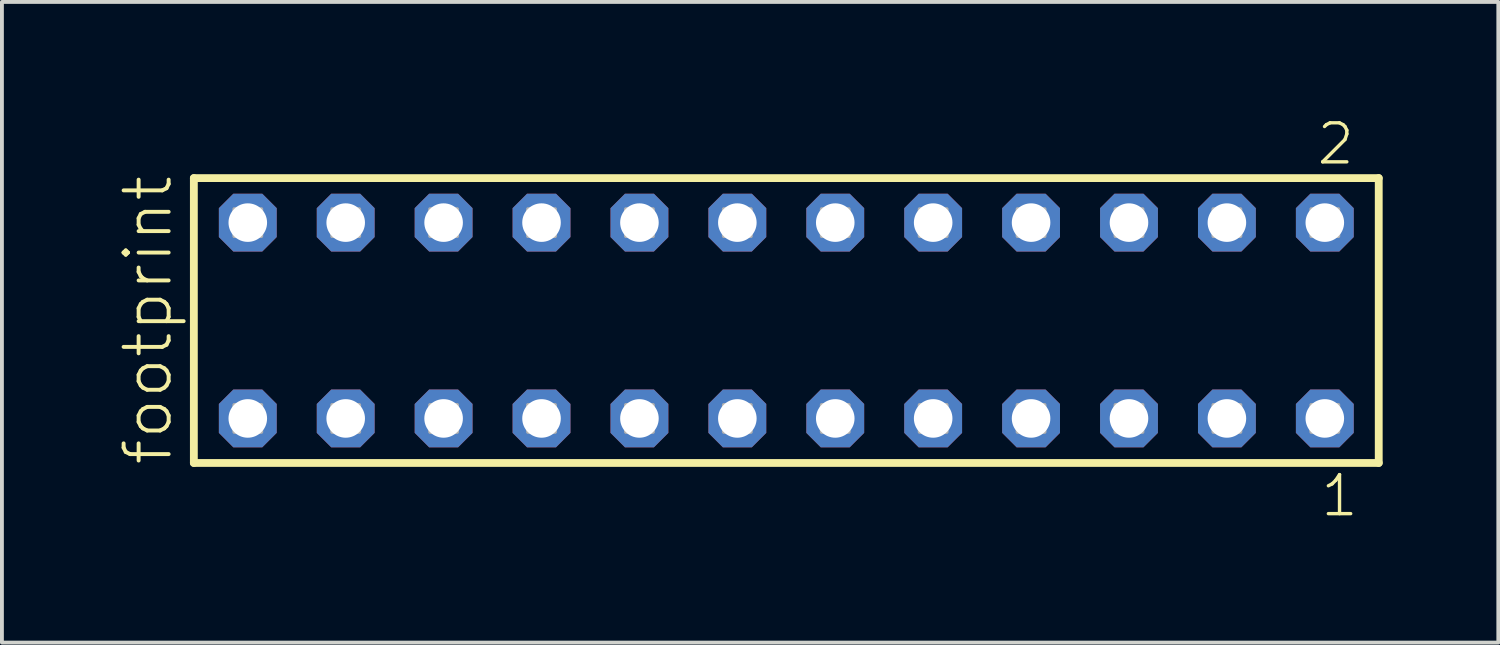
<source format=kicad_pcb>
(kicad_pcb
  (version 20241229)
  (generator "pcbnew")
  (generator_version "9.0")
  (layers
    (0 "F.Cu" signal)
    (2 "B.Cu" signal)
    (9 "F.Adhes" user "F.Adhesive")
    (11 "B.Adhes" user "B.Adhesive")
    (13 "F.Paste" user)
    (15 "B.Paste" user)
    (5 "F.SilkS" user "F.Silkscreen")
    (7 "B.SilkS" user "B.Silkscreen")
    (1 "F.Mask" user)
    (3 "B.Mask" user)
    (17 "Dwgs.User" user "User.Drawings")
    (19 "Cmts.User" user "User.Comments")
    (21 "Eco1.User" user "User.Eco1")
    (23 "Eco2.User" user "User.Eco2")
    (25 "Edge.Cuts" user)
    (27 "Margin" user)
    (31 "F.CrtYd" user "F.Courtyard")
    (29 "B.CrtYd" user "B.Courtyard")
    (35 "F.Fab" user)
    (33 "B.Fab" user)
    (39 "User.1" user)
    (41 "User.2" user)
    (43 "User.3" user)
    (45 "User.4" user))
  (footprint "footprint"
    (layer "F.Cu")
    (at 17.348 5.265)
    (property "Reference" "footprint" (at -15.875 3.81 90) (layer "F.SilkS") (effects (font (size 1.168 1.168) (thickness 0.102)) (justify left bottom)))
    (fp_line (start -15.369 -3.695) (end 15.369 -3.695) (stroke (width 0.203) (type solid)) (layer "F.SilkS"))
    (fp_line (start -15.369 3.695) (end -15.369 -3.695) (stroke (width 0.203) (type solid)) (layer "F.SilkS"))
    (fp_line (start 15.369 -3.695) (end 15.369 3.695) (stroke (width 0.203) (type solid)) (layer "F.SilkS"))
    (fp_line (start 15.369 3.695) (end -15.369 3.695) (stroke (width 0.203) (type solid)) (layer "F.SilkS"))
    (fp_poly (pts (xy -14.32 -2.19) (xy -13.62 -2.19) (xy -13.62 -2.89) (xy -14.32 -2.89)) (stroke (width 0.1) (type solid)) (fill no) (layer "F.Fab"))
    (fp_poly (pts (xy -14.32 2.89) (xy -13.62 2.89) (xy -13.62 2.19) (xy -14.32 2.19)) (stroke (width 0.1) (type solid)) (fill no) (layer "F.Fab"))
    (fp_poly (pts (xy -11.78 -2.19) (xy -11.08 -2.19) (xy -11.08 -2.89) (xy -11.78 -2.89)) (stroke (width 0.1) (type solid)) (fill no) (layer "F.Fab"))
    (fp_poly (pts (xy -11.78 2.89) (xy -11.08 2.89) (xy -11.08 2.19) (xy -11.78 2.19)) (stroke (width 0.1) (type solid)) (fill no) (layer "F.Fab"))
    (fp_poly (pts (xy -9.24 -2.19) (xy -8.54 -2.19) (xy -8.54 -2.89) (xy -9.24 -2.89)) (stroke (width 0.1) (type solid)) (fill no) (layer "F.Fab"))
    (fp_poly (pts (xy -9.24 2.89) (xy -8.54 2.89) (xy -8.54 2.19) (xy -9.24 2.19)) (stroke (width 0.1) (type solid)) (fill no) (layer "F.Fab"))
    (fp_poly (pts (xy -6.7 -2.19) (xy -6 -2.19) (xy -6 -2.89) (xy -6.7 -2.89)) (stroke (width 0.1) (type solid)) (fill no) (layer "F.Fab"))
    (fp_poly (pts (xy -6.7 2.89) (xy -6 2.89) (xy -6 2.19) (xy -6.7 2.19)) (stroke (width 0.1) (type solid)) (fill no) (layer "F.Fab"))
    (fp_poly (pts (xy -4.16 -2.19) (xy -3.46 -2.19) (xy -3.46 -2.89) (xy -4.16 -2.89)) (stroke (width 0.1) (type solid)) (fill no) (layer "F.Fab"))
    (fp_poly (pts (xy -4.16 2.89) (xy -3.46 2.89) (xy -3.46 2.19) (xy -4.16 2.19)) (stroke (width 0.1) (type solid)) (fill no) (layer "F.Fab"))
    (fp_poly (pts (xy -1.62 -2.19) (xy -0.92 -2.19) (xy -0.92 -2.89) (xy -1.62 -2.89)) (stroke (width 0.1) (type solid)) (fill no) (layer "F.Fab"))
    (fp_poly (pts (xy -1.62 2.89) (xy -0.92 2.89) (xy -0.92 2.19) (xy -1.62 2.19)) (stroke (width 0.1) (type solid)) (fill no) (layer "F.Fab"))
    (fp_poly (pts (xy 0.92 -2.19) (xy 1.62 -2.19) (xy 1.62 -2.89) (xy 0.92 -2.89)) (stroke (width 0.1) (type solid)) (fill no) (layer "F.Fab"))
    (fp_poly (pts (xy 0.92 2.89) (xy 1.62 2.89) (xy 1.62 2.19) (xy 0.92 2.19)) (stroke (width 0.1) (type solid)) (fill no) (layer "F.Fab"))
    (fp_poly (pts (xy 3.46 -2.19) (xy 4.16 -2.19) (xy 4.16 -2.89) (xy 3.46 -2.89)) (stroke (width 0.1) (type solid)) (fill no) (layer "F.Fab"))
    (fp_poly (pts (xy 3.46 2.89) (xy 4.16 2.89) (xy 4.16 2.19) (xy 3.46 2.19)) (stroke (width 0.1) (type solid)) (fill no) (layer "F.Fab"))
    (fp_poly (pts (xy 6 -2.19) (xy 6.7 -2.19) (xy 6.7 -2.89) (xy 6 -2.89)) (stroke (width 0.1) (type solid)) (fill no) (layer "F.Fab"))
    (fp_poly (pts (xy 6 2.89) (xy 6.7 2.89) (xy 6.7 2.19) (xy 6 2.19)) (stroke (width 0.1) (type solid)) (fill no) (layer "F.Fab"))
    (fp_poly (pts (xy 8.54 -2.19) (xy 9.24 -2.19) (xy 9.24 -2.89) (xy 8.54 -2.89)) (stroke (width 0.1) (type solid)) (fill no) (layer "F.Fab"))
    (fp_poly (pts (xy 8.54 2.89) (xy 9.24 2.89) (xy 9.24 2.19) (xy 8.54 2.19)) (stroke (width 0.1) (type solid)) (fill no) (layer "F.Fab"))
    (fp_poly (pts (xy 11.08 -2.19) (xy 11.78 -2.19) (xy 11.78 -2.89) (xy 11.08 -2.89)) (stroke (width 0.1) (type solid)) (fill no) (layer "F.Fab"))
    (fp_poly (pts (xy 11.08 2.89) (xy 11.78 2.89) (xy 11.78 2.19) (xy 11.08 2.19)) (stroke (width 0.1) (type solid)) (fill no) (layer "F.Fab"))
    (fp_poly (pts (xy 13.62 -2.19) (xy 14.32 -2.19) (xy 14.32 -2.89) (xy 13.62 -2.89)) (stroke (width 0.1) (type solid)) (fill no) (layer "F.Fab"))
    (fp_poly (pts (xy 13.62 2.89) (xy 14.32 2.89) (xy 14.32 2.19) (xy 13.62 2.19)) (stroke (width 0.1) (type solid)) (fill no) (layer "F.Fab"))
    (fp_text user "2" (at 13.712 -3.989 0) (layer "F.SilkS") (effects (font (size 1.012 1.012) (thickness 0.088)) (justify left bottom)))
    (fp_text user "1" (at 13.812 5.138 0) (layer "F.SilkS") (effects (font (size 1.012 1.012) (thickness 0.088)) (justify left bottom)))
    (pad "1" thru_hole roundrect (at 13.97 2.54 180) (size 1.5 1.5) (drill 1) (layers "*.Cu" "*.Mask") (roundrect_rratio 0.25) (chamfer_ratio 0.25) (chamfer top_left top_right bottom_left bottom_right))
    (pad "2" thru_hole roundrect (at 13.97 -2.54 180) (size 1.5 1.5) (drill 1) (layers "*.Cu" "*.Mask") (roundrect_rratio 0.25) (chamfer_ratio 0.25) (chamfer top_left top_right bottom_left bottom_right))
    (pad "3" thru_hole roundrect (at 11.43 2.54 180) (size 1.5 1.5) (drill 1) (layers "*.Cu" "*.Mask") (roundrect_rratio 0.25) (chamfer_ratio 0.25) (chamfer top_left top_right bottom_left bottom_right))
    (pad "4" thru_hole roundrect (at 11.43 -2.54 180) (size 1.5 1.5) (drill 1) (layers "*.Cu" "*.Mask") (roundrect_rratio 0.25) (chamfer_ratio 0.25) (chamfer top_left top_right bottom_left bottom_right))
    (pad "5" thru_hole roundrect (at 8.89 2.54 180) (size 1.5 1.5) (drill 1) (layers "*.Cu" "*.Mask") (roundrect_rratio 0.25) (chamfer_ratio 0.25) (chamfer top_left top_right bottom_left bottom_right))
    (pad "6" thru_hole roundrect (at 8.89 -2.54 180) (size 1.5 1.5) (drill 1) (layers "*.Cu" "*.Mask") (roundrect_rratio 0.25) (chamfer_ratio 0.25) (chamfer top_left top_right bottom_left bottom_right))
    (pad "7" thru_hole roundrect (at 6.35 2.54 180) (size 1.5 1.5) (drill 1) (layers "*.Cu" "*.Mask") (roundrect_rratio 0.25) (chamfer_ratio 0.25) (chamfer top_left top_right bottom_left bottom_right))
    (pad "8" thru_hole roundrect (at 6.35 -2.54 180) (size 1.5 1.5) (drill 1) (layers "*.Cu" "*.Mask") (roundrect_rratio 0.25) (chamfer_ratio 0.25) (chamfer top_left top_right bottom_left bottom_right))
    (pad "9" thru_hole roundrect (at 3.81 2.54 180) (size 1.5 1.5) (drill 1) (layers "*.Cu" "*.Mask") (roundrect_rratio 0.25) (chamfer_ratio 0.25) (chamfer top_left top_right bottom_left bottom_right))
    (pad "10" thru_hole roundrect (at 3.81 -2.54 180) (size 1.5 1.5) (drill 1) (layers "*.Cu" "*.Mask") (roundrect_rratio 0.25) (chamfer_ratio 0.25) (chamfer top_left top_right bottom_left bottom_right))
    (pad "11" thru_hole roundrect (at 1.27 2.54 180) (size 1.5 1.5) (drill 1) (layers "*.Cu" "*.Mask") (roundrect_rratio 0.25) (chamfer_ratio 0.25) (chamfer top_left top_right bottom_left bottom_right))
    (pad "12" thru_hole roundrect (at 1.27 -2.54 180) (size 1.5 1.5) (drill 1) (layers "*.Cu" "*.Mask") (roundrect_rratio 0.25) (chamfer_ratio 0.25) (chamfer top_left top_right bottom_left bottom_right))
    (pad "13" thru_hole roundrect (at -1.27 2.54 180) (size 1.5 1.5) (drill 1) (layers "*.Cu" "*.Mask") (roundrect_rratio 0.25) (chamfer_ratio 0.25) (chamfer top_left top_right bottom_left bottom_right))
    (pad "14" thru_hole roundrect (at -1.27 -2.54 180) (size 1.5 1.5) (drill 1) (layers "*.Cu" "*.Mask") (roundrect_rratio 0.25) (chamfer_ratio 0.25) (chamfer top_left top_right bottom_left bottom_right))
    (pad "15" thru_hole roundrect (at -3.81 2.54 180) (size 1.5 1.5) (drill 1) (layers "*.Cu" "*.Mask") (roundrect_rratio 0.25) (chamfer_ratio 0.25) (chamfer top_left top_right bottom_left bottom_right))
    (pad "16" thru_hole roundrect (at -3.81 -2.54 180) (size 1.5 1.5) (drill 1) (layers "*.Cu" "*.Mask") (roundrect_rratio 0.25) (chamfer_ratio 0.25) (chamfer top_left top_right bottom_left bottom_right))
    (pad "17" thru_hole roundrect (at -6.35 2.54 180) (size 1.5 1.5) (drill 1) (layers "*.Cu" "*.Mask") (roundrect_rratio 0.25) (chamfer_ratio 0.25) (chamfer top_left top_right bottom_left bottom_right))
    (pad "18" thru_hole roundrect (at -6.35 -2.54 180) (size 1.5 1.5) (drill 1) (layers "*.Cu" "*.Mask") (roundrect_rratio 0.25) (chamfer_ratio 0.25) (chamfer top_left top_right bottom_left bottom_right))
    (pad "19" thru_hole roundrect (at -8.89 2.54 180) (size 1.5 1.5) (drill 1) (layers "*.Cu" "*.Mask") (roundrect_rratio 0.25) (chamfer_ratio 0.25) (chamfer top_left top_right bottom_left bottom_right))
    (pad "20" thru_hole roundrect (at -8.89 -2.54 180) (size 1.5 1.5) (drill 1) (layers "*.Cu" "*.Mask") (roundrect_rratio 0.25) (chamfer_ratio 0.25) (chamfer top_left top_right bottom_left bottom_right))
    (pad "21" thru_hole roundrect (at -11.43 2.54 180) (size 1.5 1.5) (drill 1) (layers "*.Cu" "*.Mask") (roundrect_rratio 0.25) (chamfer_ratio 0.25) (chamfer top_left top_right bottom_left bottom_right))
    (pad "22" thru_hole roundrect (at -11.43 -2.54 180) (size 1.5 1.5) (drill 1) (layers "*.Cu" "*.Mask") (roundrect_rratio 0.25) (chamfer_ratio 0.25) (chamfer top_left top_right bottom_left bottom_right))
    (pad "23" thru_hole roundrect (at -13.97 2.54 180) (size 1.5 1.5) (drill 1) (layers "*.Cu" "*.Mask") (roundrect_rratio 0.25) (chamfer_ratio 0.25) (chamfer top_left top_right bottom_left bottom_right))
    (pad "24" thru_hole roundrect (at -13.97 -2.54 180) (size 1.5 1.5) (drill 1) (layers "*.Cu" "*.Mask") (roundrect_rratio 0.25) (chamfer_ratio 0.25) (chamfer top_left top_right bottom_left bottom_right)))
  (gr_rect
    (start -3 -3)
    (end 35.819 13.62)
    (stroke (width 0.1) (type default))
    (fill no)
    (layer "Edge.Cuts")))
</source>
